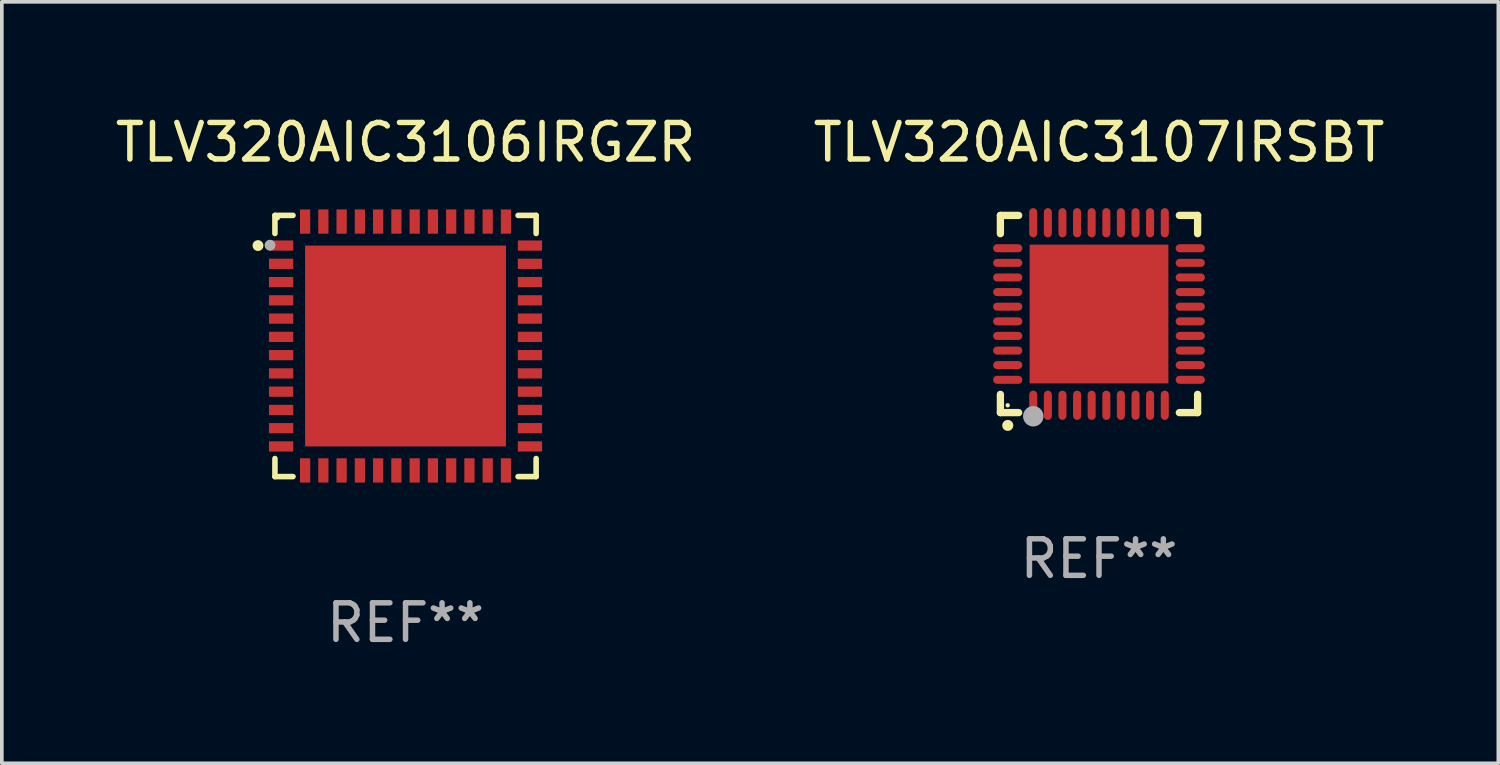
<source format=kicad_pcb>
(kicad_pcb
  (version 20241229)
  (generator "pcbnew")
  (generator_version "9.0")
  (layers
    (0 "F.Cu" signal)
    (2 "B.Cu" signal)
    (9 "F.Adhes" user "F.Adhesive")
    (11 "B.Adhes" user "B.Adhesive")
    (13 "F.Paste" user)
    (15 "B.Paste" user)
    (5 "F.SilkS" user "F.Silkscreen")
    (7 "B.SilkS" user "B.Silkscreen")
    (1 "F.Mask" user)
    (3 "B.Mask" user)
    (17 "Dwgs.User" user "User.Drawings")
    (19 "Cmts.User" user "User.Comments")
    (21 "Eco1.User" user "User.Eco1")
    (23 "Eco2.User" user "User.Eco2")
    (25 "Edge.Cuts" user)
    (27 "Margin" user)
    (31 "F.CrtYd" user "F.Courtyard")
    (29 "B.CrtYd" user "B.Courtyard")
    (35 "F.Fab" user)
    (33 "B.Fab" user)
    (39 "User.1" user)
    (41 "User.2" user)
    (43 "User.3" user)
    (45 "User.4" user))
  (footprint "TLV320AIC3107IRSBT"
    (layer "F.Cu")
    (at 27.042 5.548)
    (property "Reference" "TLV320AIC3107IRSBT" (at 0 -4.7 0) (layer "F.SilkS") (effects (font (size 1 1) (thickness 0.15))))
    (attr through_hole)
    (fp_line (start -2.7 -2.7) (end -2.7 -2.2) (stroke (width 0.2) (type solid)) (layer "F.SilkS"))
    (fp_line (start -2.7 2.7) (end -2.7 2.2) (stroke (width 0.2) (type solid)) (layer "F.SilkS"))
    (fp_line (start -2.2 -2.7) (end -2.7 -2.7) (stroke (width 0.2) (type solid)) (layer "F.SilkS"))
    (fp_line (start -2.2 2.7) (end -2.7 2.7) (stroke (width 0.2) (type solid)) (layer "F.SilkS"))
    (fp_line (start 2.7 -2.7) (end 2.2 -2.7) (stroke (width 0.2) (type solid)) (layer "F.SilkS"))
    (fp_line (start 2.7 -2.2) (end 2.7 -2.7) (stroke (width 0.2) (type solid)) (layer "F.SilkS"))
    (fp_line (start 2.7 2.2) (end 2.7 2.7) (stroke (width 0.2) (type solid)) (layer "F.SilkS"))
    (fp_line (start 2.7 2.7) (end 2.2 2.7) (stroke (width 0.2) (type solid)) (layer "F.SilkS"))
    (fp_arc (start -2.499365 3.050546) (mid -2.498095 3.050541) (end -2.496825 3.050546) (stroke (width 0.3) (type solid)) (layer "F.SilkS"))
    (fp_circle (center -2.5 2.5) (end -2.47 2.5) (stroke (width 0.06) (type solid)) (fill no) (layer "F.SilkS"))
    (fp_circle (center -1.8 2.8) (end -1.66 2.8) (stroke (width 0.28) (type solid)) (fill no) (layer "F.Fab"))
    (fp_text user "REF**" (at 0 6.7 0) (layer "F.Fab") (effects (font (size 1 1) (thickness 0.15))))
    (pad "1" smd oval (at -1.801 2.499 180) (size 0.22 0.8) (layers "F.Cu" "F.Mask" "F.Paste"))
    (pad "2" smd oval (at -1.4 2.499 180) (size 0.22 0.8) (layers "F.Cu" "F.Mask" "F.Paste"))
    (pad "3" smd oval (at -1.001 2.499 180) (size 0.22 0.8) (layers "F.Cu" "F.Mask" "F.Paste"))
    (pad "4" smd oval (at -0.6 2.499 180) (size 0.22 0.8) (layers "F.Cu" "F.Mask" "F.Paste"))
    (pad "5" smd oval (at -0.201 2.499 180) (size 0.22 0.8) (layers "F.Cu" "F.Mask" "F.Paste"))
    (pad "6" smd oval (at 0.201 2.499 180) (size 0.22 0.8) (layers "F.Cu" "F.Mask" "F.Paste"))
    (pad "7" smd oval (at 0.599 2.499 180) (size 0.22 0.8) (layers "F.Cu" "F.Mask" "F.Paste"))
    (pad "8" smd oval (at 1.001 2.499 180) (size 0.22 0.8) (layers "F.Cu" "F.Mask" "F.Paste"))
    (pad "9" smd oval (at 1.399 2.499 180) (size 0.22 0.8) (layers "F.Cu" "F.Mask" "F.Paste"))
    (pad "10" smd oval (at 1.801 2.499 180) (size 0.22 0.8) (layers "F.Cu" "F.Mask" "F.Paste"))
    (pad "11" smd oval (at 2.499 1.801 270) (size 0.22 0.8) (layers "F.Cu" "F.Mask" "F.Paste"))
    (pad "12" smd oval (at 2.499 1.399 270) (size 0.22 0.8) (layers "F.Cu" "F.Mask" "F.Paste"))
    (pad "13" smd oval (at 2.499 1.001 270) (size 0.22 0.8) (layers "F.Cu" "F.Mask" "F.Paste"))
    (pad "14" smd oval (at 2.499 0.599 270) (size 0.22 0.8) (layers "F.Cu" "F.Mask" "F.Paste"))
    (pad "15" smd oval (at 2.499 0.201 270) (size 0.22 0.8) (layers "F.Cu" "F.Mask" "F.Paste"))
    (pad "16" smd oval (at 2.499 -0.201 270) (size 0.22 0.8) (layers "F.Cu" "F.Mask" "F.Paste"))
    (pad "17" smd oval (at 2.499 -0.6 270) (size 0.22 0.8) (layers "F.Cu" "F.Mask" "F.Paste"))
    (pad "18" smd oval (at 2.499 -1.001 270) (size 0.22 0.8) (layers "F.Cu" "F.Mask" "F.Paste"))
    (pad "19" smd oval (at 2.499 -1.4 270) (size 0.22 0.8) (layers "F.Cu" "F.Mask" "F.Paste"))
    (pad "20" smd oval (at 2.499 -1.801 270) (size 0.22 0.8) (layers "F.Cu" "F.Mask" "F.Paste"))
    (pad "21" smd oval (at 1.801 -2.499) (size 0.22 0.8) (layers "F.Cu" "F.Mask" "F.Paste"))
    (pad "22" smd oval (at 1.399 -2.499) (size 0.22 0.8) (layers "F.Cu" "F.Mask" "F.Paste"))
    (pad "23" smd oval (at 1.001 -2.499) (size 0.22 0.8) (layers "F.Cu" "F.Mask" "F.Paste"))
    (pad "24" smd oval (at 0.599 -2.499) (size 0.22 0.8) (layers "F.Cu" "F.Mask" "F.Paste"))
    (pad "25" smd oval (at 0.201 -2.499) (size 0.22 0.8) (layers "F.Cu" "F.Mask" "F.Paste"))
    (pad "26" smd oval (at -0.201 -2.499) (size 0.22 0.8) (layers "F.Cu" "F.Mask" "F.Paste"))
    (pad "27" smd oval (at -0.6 -2.499) (size 0.22 0.8) (layers "F.Cu" "F.Mask" "F.Paste"))
    (pad "28" smd oval (at -1.001 -2.499) (size 0.22 0.8) (layers "F.Cu" "F.Mask" "F.Paste"))
    (pad "29" smd oval (at -1.4 -2.499) (size 0.22 0.8) (layers "F.Cu" "F.Mask" "F.Paste"))
    (pad "30" smd oval (at -1.801 -2.499) (size 0.22 0.8) (layers "F.Cu" "F.Mask" "F.Paste"))
    (pad "31" smd oval (at -2.499 -1.801 90) (size 0.22 0.8) (layers "F.Cu" "F.Mask" "F.Paste"))
    (pad "32" smd oval (at -2.499 -1.4 90) (size 0.22 0.8) (layers "F.Cu" "F.Mask" "F.Paste"))
    (pad "33" smd oval (at -2.499 -1.001 90) (size 0.22 0.8) (layers "F.Cu" "F.Mask" "F.Paste"))
    (pad "34" smd oval (at -2.499 -0.6 90) (size 0.22 0.8) (layers "F.Cu" "F.Mask" "F.Paste"))
    (pad "35" smd oval (at -2.499 -0.201 90) (size 0.22 0.8) (layers "F.Cu" "F.Mask" "F.Paste"))
    (pad "36" smd oval (at -2.499 0.201 90) (size 0.22 0.8) (layers "F.Cu" "F.Mask" "F.Paste"))
    (pad "37" smd oval (at -2.499 0.599 90) (size 0.22 0.8) (layers "F.Cu" "F.Mask" "F.Paste"))
    (pad "38" smd oval (at -2.499 1.001 90) (size 0.22 0.8) (layers "F.Cu" "F.Mask" "F.Paste"))
    (pad "39" smd oval (at -2.499 1.399 90) (size 0.22 0.8) (layers "F.Cu" "F.Mask" "F.Paste"))
    (pad "40" smd oval (at -2.499 1.801 90) (size 0.22 0.8) (layers "F.Cu" "F.Mask" "F.Paste"))
    (pad "41" smd rect (at -0.000076 -0.000076 90) (size 3.8 3.8) (layers "F.Cu" "F.Mask" "F.Paste")))
  (footprint "TLV320AIC3106IRGZR"
    (layer "F.Cu")
    (at 8.054 6.424)
    (property "Reference" "TLV320AIC3106IRGZR" (at 0 -5.576 0) (layer "F.SilkS") (effects (font (size 1 1) (thickness 0.15))))
    (attr through_hole)
    (fp_line (start -3.576 -3.576) (end -3.576 -3.081) (stroke (width 0.152) (type solid)) (layer "F.SilkS"))
    (fp_line (start -3.576 3.576) (end -3.576 3.081) (stroke (width 0.152) (type solid)) (layer "F.SilkS"))
    (fp_line (start -3.081 -3.576) (end -3.576 -3.576) (stroke (width 0.152) (type solid)) (layer "F.SilkS"))
    (fp_line (start -3.081 3.576) (end -3.576 3.576) (stroke (width 0.152) (type solid)) (layer "F.SilkS"))
    (fp_line (start 3.081 -3.576) (end 3.576 -3.576) (stroke (width 0.152) (type solid)) (layer "F.SilkS"))
    (fp_line (start 3.081 3.576) (end 3.576 3.576) (stroke (width 0.152) (type solid)) (layer "F.SilkS"))
    (fp_line (start 3.576 -3.576) (end 3.576 -3.081) (stroke (width 0.152) (type solid)) (layer "F.SilkS"))
    (fp_line (start 3.576 3.576) (end 3.576 3.081) (stroke (width 0.152) (type solid)) (layer "F.SilkS"))
    (fp_circle (center -4.04 -2.75) (end -3.965 -2.75) (stroke (width 0.15) (type solid)) (fill no) (layer "F.SilkS"))
    (fp_circle (center -3.5 -3.5) (end -3.47 -3.5) (stroke (width 0.06) (type solid)) (fill no) (layer "F.SilkS"))
    (fp_circle (center -3.71 -2.76) (end -3.635 -2.76) (stroke (width 0.15) (type solid)) (fill no) (layer "F.Fab"))
    (fp_text user "REF**" (at 0 7.576 0) (layer "F.Fab") (effects (font (size 1 1) (thickness 0.15))))
    (pad "1" smd rect (at -3.407 -2.75) (size 0.665 0.28) (layers "F.Cu" "F.Mask" "F.Paste"))
    (pad "2" smd rect (at -3.407 -2.25) (size 0.665 0.28) (layers "F.Cu" "F.Mask" "F.Paste"))
    (pad "3" smd rect (at -3.407 -1.75) (size 0.665 0.28) (layers "F.Cu" "F.Mask" "F.Paste"))
    (pad "4" smd rect (at -3.407 -1.25) (size 0.665 0.28) (layers "F.Cu" "F.Mask" "F.Paste"))
    (pad "5" smd rect (at -3.407 -0.75) (size 0.665 0.28) (layers "F.Cu" "F.Mask" "F.Paste"))
    (pad "6" smd rect (at -3.407 -0.25) (size 0.665 0.28) (layers "F.Cu" "F.Mask" "F.Paste"))
    (pad "7" smd rect (at -3.407 0.25) (size 0.665 0.28) (layers "F.Cu" "F.Mask" "F.Paste"))
    (pad "8" smd rect (at -3.407 0.75) (size 0.665 0.28) (layers "F.Cu" "F.Mask" "F.Paste"))
    (pad "9" smd rect (at -3.407 1.25) (size 0.665 0.28) (layers "F.Cu" "F.Mask" "F.Paste"))
    (pad "10" smd rect (at -3.407 1.75) (size 0.665 0.28) (layers "F.Cu" "F.Mask" "F.Paste"))
    (pad "11" smd rect (at -3.407 2.25) (size 0.665 0.28) (layers "F.Cu" "F.Mask" "F.Paste"))
    (pad "12" smd rect (at -3.407 2.75) (size 0.665 0.28) (layers "F.Cu" "F.Mask" "F.Paste"))
    (pad "13" smd rect (at -2.75 3.407) (size 0.28 0.665) (layers "F.Cu" "F.Mask" "F.Paste"))
    (pad "14" smd rect (at -2.25 3.407) (size 0.28 0.665) (layers "F.Cu" "F.Mask" "F.Paste"))
    (pad "15" smd rect (at -1.75 3.407) (size 0.28 0.665) (layers "F.Cu" "F.Mask" "F.Paste"))
    (pad "16" smd rect (at -1.25 3.407) (size 0.28 0.665) (layers "F.Cu" "F.Mask" "F.Paste"))
    (pad "17" smd rect (at -0.75 3.407) (size 0.28 0.665) (layers "F.Cu" "F.Mask" "F.Paste"))
    (pad "18" smd rect (at -0.25 3.407) (size 0.28 0.665) (layers "F.Cu" "F.Mask" "F.Paste"))
    (pad "19" smd rect (at 0.25 3.407) (size 0.28 0.665) (layers "F.Cu" "F.Mask" "F.Paste"))
    (pad "20" smd rect (at 0.75 3.407) (size 0.28 0.665) (layers "F.Cu" "F.Mask" "F.Paste"))
    (pad "21" smd rect (at 1.25 3.407) (size 0.28 0.665) (layers "F.Cu" "F.Mask" "F.Paste"))
    (pad "22" smd rect (at 1.75 3.407) (size 0.28 0.665) (layers "F.Cu" "F.Mask" "F.Paste"))
    (pad "23" smd rect (at 2.25 3.407) (size 0.28 0.665) (layers "F.Cu" "F.Mask" "F.Paste"))
    (pad "24" smd rect (at 2.75 3.407) (size 0.28 0.665) (layers "F.Cu" "F.Mask" "F.Paste"))
    (pad "25" smd rect (at 3.407 2.75) (size 0.665 0.28) (layers "F.Cu" "F.Mask" "F.Paste"))
    (pad "26" smd rect (at 3.407 2.25) (size 0.665 0.28) (layers "F.Cu" "F.Mask" "F.Paste"))
    (pad "27" smd rect (at 3.407 1.75) (size 0.665 0.28) (layers "F.Cu" "F.Mask" "F.Paste"))
    (pad "28" smd rect (at 3.407 1.25) (size 0.665 0.28) (layers "F.Cu" "F.Mask" "F.Paste"))
    (pad "29" smd rect (at 3.407 0.75) (size 0.665 0.28) (layers "F.Cu" "F.Mask" "F.Paste"))
    (pad "30" smd rect (at 3.407 0.25) (size 0.665 0.28) (layers "F.Cu" "F.Mask" "F.Paste"))
    (pad "31" smd rect (at 3.407 -0.25) (size 0.665 0.28) (layers "F.Cu" "F.Mask" "F.Paste"))
    (pad "32" smd rect (at 3.407 -0.75) (size 0.665 0.28) (layers "F.Cu" "F.Mask" "F.Paste"))
    (pad "33" smd rect (at 3.407 -1.25) (size 0.665 0.28) (layers "F.Cu" "F.Mask" "F.Paste"))
    (pad "34" smd rect (at 3.407 -1.75) (size 0.665 0.28) (layers "F.Cu" "F.Mask" "F.Paste"))
    (pad "35" smd rect (at 3.407 -2.25) (size 0.665 0.28) (layers "F.Cu" "F.Mask" "F.Paste"))
    (pad "36" smd rect (at 3.407 -2.75) (size 0.665 0.28) (layers "F.Cu" "F.Mask" "F.Paste"))
    (pad "37" smd rect (at 2.75 -3.407) (size 0.28 0.665) (layers "F.Cu" "F.Mask" "F.Paste"))
    (pad "38" smd rect (at 2.25 -3.407) (size 0.28 0.665) (layers "F.Cu" "F.Mask" "F.Paste"))
    (pad "39" smd rect (at 1.75 -3.407) (size 0.28 0.665) (layers "F.Cu" "F.Mask" "F.Paste"))
    (pad "40" smd rect (at 1.25 -3.407) (size 0.28 0.665) (layers "F.Cu" "F.Mask" "F.Paste"))
    (pad "41" smd rect (at 0.75 -3.407) (size 0.28 0.665) (layers "F.Cu" "F.Mask" "F.Paste"))
    (pad "42" smd rect (at 0.25 -3.407) (size 0.28 0.665) (layers "F.Cu" "F.Mask" "F.Paste"))
    (pad "43" smd rect (at -0.25 -3.407) (size 0.28 0.665) (layers "F.Cu" "F.Mask" "F.Paste"))
    (pad "44" smd rect (at -0.75 -3.407) (size 0.28 0.665) (layers "F.Cu" "F.Mask" "F.Paste"))
    (pad "45" smd rect (at -1.25 -3.407) (size 0.28 0.665) (layers "F.Cu" "F.Mask" "F.Paste"))
    (pad "46" smd rect (at -1.75 -3.407) (size 0.28 0.665) (layers "F.Cu" "F.Mask" "F.Paste"))
    (pad "47" smd rect (at -2.25 -3.407) (size 0.28 0.665) (layers "F.Cu" "F.Mask" "F.Paste"))
    (pad "48" smd rect (at -2.75 -3.407) (size 0.28 0.665) (layers "F.Cu" "F.Mask" "F.Paste"))
    (pad "49" smd rect (at 0 0) (size 5.5 5.5) (layers "F.Cu" "F.Mask" "F.Paste")))
  (gr_rect
    (start -3 -3)
    (end 37.976 17.849)
    (stroke (width 0.1) (type default))
    (fill no)
    (layer "Edge.Cuts")))
</source>
